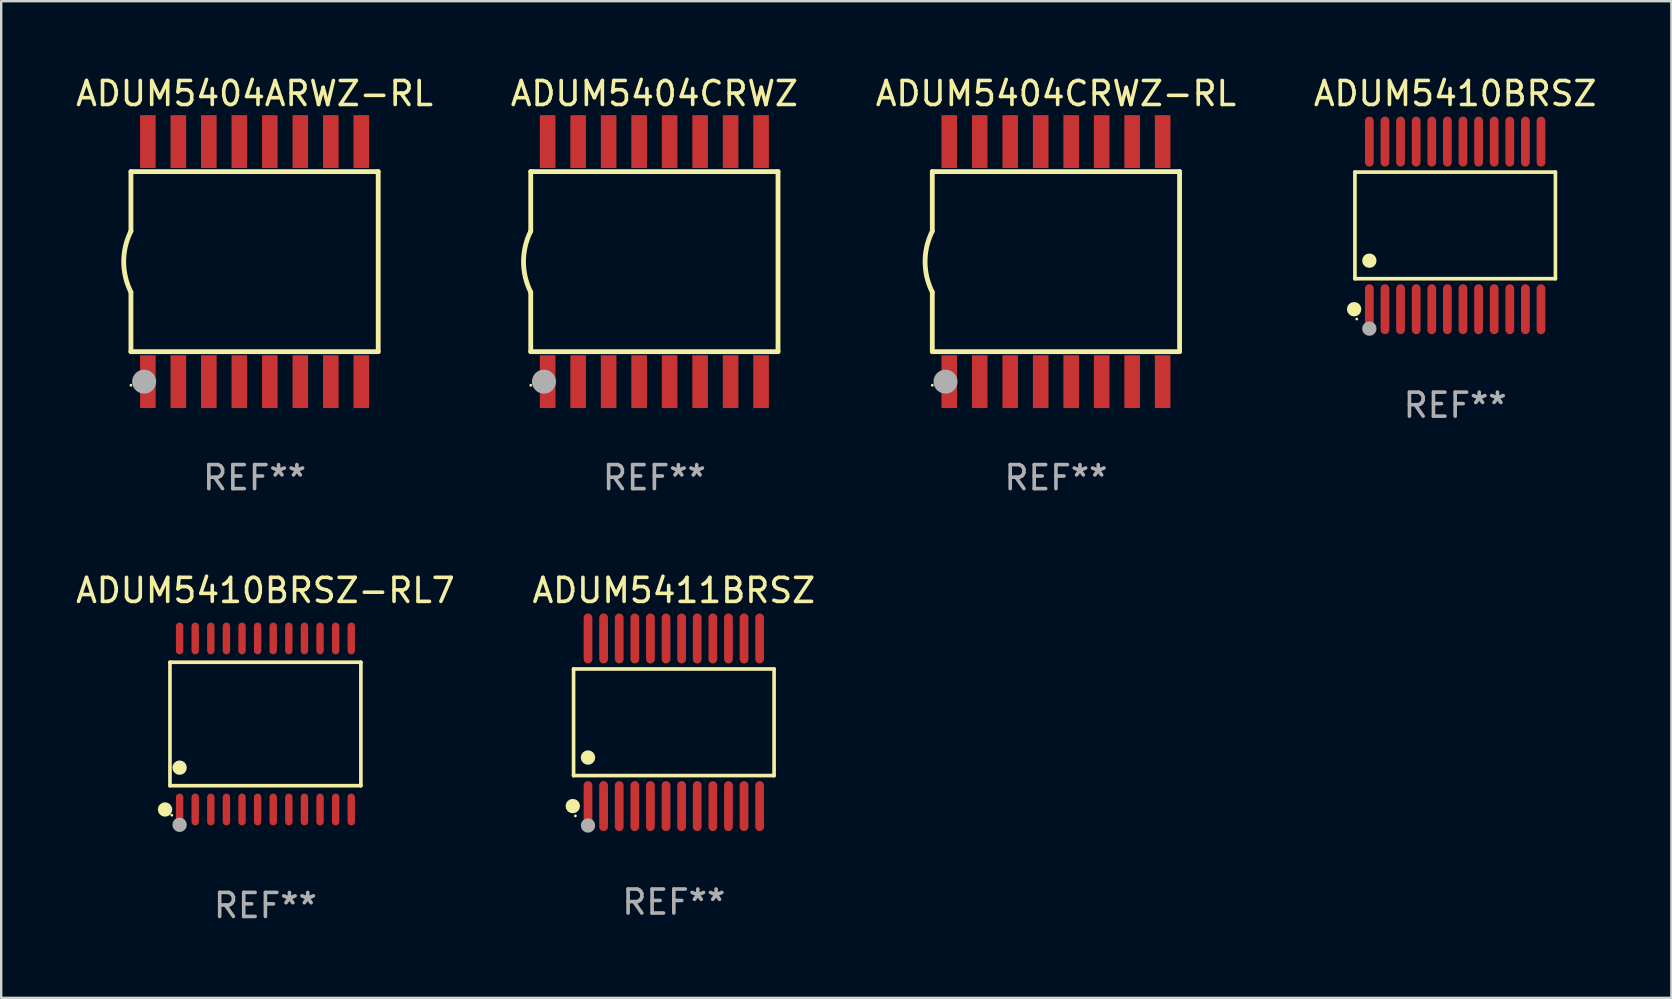
<source format=kicad_pcb>
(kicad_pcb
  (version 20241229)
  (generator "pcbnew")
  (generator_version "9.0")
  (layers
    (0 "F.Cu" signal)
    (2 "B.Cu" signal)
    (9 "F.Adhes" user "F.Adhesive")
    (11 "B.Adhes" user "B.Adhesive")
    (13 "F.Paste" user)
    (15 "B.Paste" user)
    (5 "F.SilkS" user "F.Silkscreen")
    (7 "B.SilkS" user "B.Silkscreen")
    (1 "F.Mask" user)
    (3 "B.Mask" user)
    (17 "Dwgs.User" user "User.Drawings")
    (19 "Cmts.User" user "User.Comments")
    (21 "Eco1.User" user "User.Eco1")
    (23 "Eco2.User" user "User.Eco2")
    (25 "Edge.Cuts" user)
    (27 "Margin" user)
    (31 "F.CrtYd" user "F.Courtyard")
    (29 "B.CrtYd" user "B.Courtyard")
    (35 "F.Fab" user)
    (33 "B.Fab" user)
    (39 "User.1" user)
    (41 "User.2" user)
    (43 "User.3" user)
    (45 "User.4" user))
  (footprint "ADUM5410BRSZ"
    (layer "F.Cu")
    (at 57.565 6.339)
    (property "Reference" "ADUM5410BRSZ" (at 0 -5.491 0) (layer "F.SilkS") (effects (font (size 1 1) (thickness 0.15))))
    (attr through_hole)
    (fp_line (start -4.176 -2.221) (end 4.176 -2.221) (stroke (width 0.152) (type solid)) (layer "F.SilkS"))
    (fp_line (start -4.176 2.221) (end -4.176 -2.221) (stroke (width 0.152) (type solid)) (layer "F.SilkS"))
    (fp_line (start 4.176 -2.221) (end 4.176 2.221) (stroke (width 0.152) (type solid)) (layer "F.SilkS"))
    (fp_line (start 4.176 2.221) (end -4.176 2.221) (stroke (width 0.152) (type solid)) (layer "F.SilkS"))
    (fp_circle (center -4.209 3.491) (end -4.059 3.491) (stroke (width 0.3) (type solid)) (fill no) (layer "F.SilkS"))
    (fp_circle (center -4.1 3.9) (end -4.07 3.9) (stroke (width 0.06) (type solid)) (fill no) (layer "F.SilkS"))
    (fp_circle (center -3.575 1.469) (end -3.425 1.469) (stroke (width 0.3) (type solid)) (fill no) (layer "F.SilkS"))
    (fp_circle (center -3.575 4.3) (end -3.425 4.3) (stroke (width 0.3) (type solid)) (fill no) (layer "F.Fab"))
    (fp_text user "REF**" (at 0 7.491 0) (layer "F.Fab") (effects (font (size 1 1) (thickness 0.15))))
    (pad "1" smd oval (at -3.575 3.491) (size 0.364 2.082) (layers "F.Cu" "F.Mask" "F.Paste"))
    (pad "2" smd oval (at -2.925 3.491) (size 0.364 2.082) (layers "F.Cu" "F.Mask" "F.Paste"))
    (pad "3" smd oval (at -2.275 3.491) (size 0.364 2.082) (layers "F.Cu" "F.Mask" "F.Paste"))
    (pad "4" smd oval (at -1.625 3.491) (size 0.364 2.082) (layers "F.Cu" "F.Mask" "F.Paste"))
    (pad "5" smd oval (at -0.975 3.491) (size 0.364 2.082) (layers "F.Cu" "F.Mask" "F.Paste"))
    (pad "6" smd oval (at -0.325 3.491) (size 0.364 2.082) (layers "F.Cu" "F.Mask" "F.Paste"))
    (pad "7" smd oval (at 0.325 3.491) (size 0.364 2.082) (layers "F.Cu" "F.Mask" "F.Paste"))
    (pad "8" smd oval (at 0.975 3.491) (size 0.364 2.082) (layers "F.Cu" "F.Mask" "F.Paste"))
    (pad "9" smd oval (at 1.625 3.491) (size 0.364 2.082) (layers "F.Cu" "F.Mask" "F.Paste"))
    (pad "10" smd oval (at 2.275 3.491) (size 0.364 2.082) (layers "F.Cu" "F.Mask" "F.Paste"))
    (pad "11" smd oval (at 2.925 3.491) (size 0.364 2.082) (layers "F.Cu" "F.Mask" "F.Paste"))
    (pad "12" smd oval (at 3.575 3.491) (size 0.364 2.082) (layers "F.Cu" "F.Mask" "F.Paste"))
    (pad "13" smd oval (at 3.575 -3.491) (size 0.364 2.082) (layers "F.Cu" "F.Mask" "F.Paste"))
    (pad "14" smd oval (at 2.925 -3.491) (size 0.364 2.082) (layers "F.Cu" "F.Mask" "F.Paste"))
    (pad "15" smd oval (at 2.275 -3.491) (size 0.364 2.082) (layers "F.Cu" "F.Mask" "F.Paste"))
    (pad "16" smd oval (at 1.625 -3.491) (size 0.364 2.082) (layers "F.Cu" "F.Mask" "F.Paste"))
    (pad "17" smd oval (at 0.975 -3.491) (size 0.364 2.082) (layers "F.Cu" "F.Mask" "F.Paste"))
    (pad "18" smd oval (at 0.325 -3.491) (size 0.364 2.082) (layers "F.Cu" "F.Mask" "F.Paste"))
    (pad "19" smd oval (at -0.325 -3.491) (size 0.364 2.082) (layers "F.Cu" "F.Mask" "F.Paste"))
    (pad "20" smd oval (at -0.975 -3.491) (size 0.364 2.082) (layers "F.Cu" "F.Mask" "F.Paste"))
    (pad "21" smd oval (at -1.625 -3.491) (size 0.364 2.082) (layers "F.Cu" "F.Mask" "F.Paste"))
    (pad "22" smd oval (at -2.275 -3.491) (size 0.364 2.082) (layers "F.Cu" "F.Mask" "F.Paste"))
    (pad "23" smd oval (at -2.925 -3.491) (size 0.364 2.082) (layers "F.Cu" "F.Mask" "F.Paste"))
    (pad "24" smd oval (at -3.575 -3.491) (size 0.364 2.082) (layers "F.Cu" "F.Mask" "F.Paste")))
  (footprint "ADUM5404CRWZ-RL"
    (layer "F.Cu")
    (at 40.935 7.848)
    (property "Reference" "ADUM5404CRWZ-RL" (at 0 -7 0) (layer "F.SilkS") (effects (font (size 1 1) (thickness 0.15))))
    (attr through_hole)
    (fp_line (start -5.15 -3.75) (end -5.15 -1.27) (stroke (width 0.2) (type solid)) (layer "F.SilkS"))
    (fp_line (start -5.15 -3.75) (end 5.15 -3.75) (stroke (width 0.2) (type solid)) (layer "F.SilkS"))
    (fp_line (start -5.15 3.75) (end -5.15 1.27) (stroke (width 0.2) (type solid)) (layer "F.SilkS"))
    (fp_line (start 5.15 -3.75) (end 5.15 3.75) (stroke (width 0.2) (type solid)) (layer "F.SilkS"))
    (fp_line (start 5.15 3.75) (end -5.15 3.75) (stroke (width 0.2) (type solid)) (layer "F.SilkS"))
    (fp_arc (start -5.151131 1.270003) (mid -5.450556 -0.000132) (end -5.150013 -1.270003) (stroke (width 0.2) (type solid)) (layer "F.SilkS"))
    (fp_circle (center -5.15 5.15) (end -5.12 5.15) (stroke (width 0.06) (type solid)) (fill no) (layer "F.SilkS"))
    (fp_circle (center -4.6 5) (end -4.35 5) (stroke (width 0.5) (type solid)) (fill no) (layer "F.Fab"))
    (fp_text user "REF**" (at 0 9 0) (layer "F.Fab") (effects (font (size 1 1) (thickness 0.15))))
    (pad "1" smd rect (at -4.445 5) (size 0.65 2.2) (layers "F.Cu" "F.Mask" "F.Paste"))
    (pad "2" smd rect (at -3.175 5) (size 0.65 2.2) (layers "F.Cu" "F.Mask" "F.Paste"))
    (pad "3" smd rect (at -1.905 5) (size 0.65 2.2) (layers "F.Cu" "F.Mask" "F.Paste"))
    (pad "4" smd rect (at -0.635 5) (size 0.65 2.2) (layers "F.Cu" "F.Mask" "F.Paste"))
    (pad "5" smd rect (at 0.635 5) (size 0.65 2.2) (layers "F.Cu" "F.Mask" "F.Paste"))
    (pad "6" smd rect (at 1.905 5) (size 0.65 2.2) (layers "F.Cu" "F.Mask" "F.Paste"))
    (pad "7" smd rect (at 3.175 5) (size 0.65 2.2) (layers "F.Cu" "F.Mask" "F.Paste"))
    (pad "8" smd rect (at 4.445 5) (size 0.65 2.2) (layers "F.Cu" "F.Mask" "F.Paste"))
    (pad "9" smd rect (at 4.445 -5) (size 0.65 2.2) (layers "F.Cu" "F.Mask" "F.Paste"))
    (pad "10" smd rect (at 3.175 -5) (size 0.65 2.2) (layers "F.Cu" "F.Mask" "F.Paste"))
    (pad "11" smd rect (at 1.905 -5) (size 0.65 2.2) (layers "F.Cu" "F.Mask" "F.Paste"))
    (pad "12" smd rect (at 0.635 -5) (size 0.65 2.2) (layers "F.Cu" "F.Mask" "F.Paste"))
    (pad "13" smd rect (at -0.635 -5) (size 0.65 2.2) (layers "F.Cu" "F.Mask" "F.Paste"))
    (pad "14" smd rect (at -1.905 -5) (size 0.65 2.2) (layers "F.Cu" "F.Mask" "F.Paste"))
    (pad "15" smd rect (at -3.175 -5) (size 0.65 2.2) (layers "F.Cu" "F.Mask" "F.Paste"))
    (pad "16" smd rect (at -4.445 -5) (size 0.65 2.2) (layers "F.Cu" "F.Mask" "F.Paste")))
  (footprint "ADUM5411BRSZ"
    (layer "F.Cu")
    (at 25.018 27.036)
    (property "Reference" "ADUM5411BRSZ" (at 0 -5.491 0) (layer "F.SilkS") (effects (font (size 1 1) (thickness 0.15))))
    (attr through_hole)
    (fp_line (start -4.176 -2.221) (end 4.176 -2.221) (stroke (width 0.152) (type solid)) (layer "F.SilkS"))
    (fp_line (start -4.176 2.221) (end -4.176 -2.221) (stroke (width 0.152) (type solid)) (layer "F.SilkS"))
    (fp_line (start 4.176 -2.221) (end 4.176 2.221) (stroke (width 0.152) (type solid)) (layer "F.SilkS"))
    (fp_line (start 4.176 2.221) (end -4.176 2.221) (stroke (width 0.152) (type solid)) (layer "F.SilkS"))
    (fp_circle (center -4.209 3.491) (end -4.059 3.491) (stroke (width 0.3) (type solid)) (fill no) (layer "F.SilkS"))
    (fp_circle (center -4.1 3.9) (end -4.07 3.9) (stroke (width 0.06) (type solid)) (fill no) (layer "F.SilkS"))
    (fp_circle (center -3.575 1.469) (end -3.425 1.469) (stroke (width 0.3) (type solid)) (fill no) (layer "F.SilkS"))
    (fp_circle (center -3.575 4.3) (end -3.425 4.3) (stroke (width 0.3) (type solid)) (fill no) (layer "F.Fab"))
    (fp_text user "REF**" (at 0 7.491 0) (layer "F.Fab") (effects (font (size 1 1) (thickness 0.15))))
    (pad "1" smd oval (at -3.575 3.491) (size 0.364 2.082) (layers "F.Cu" "F.Mask" "F.Paste"))
    (pad "2" smd oval (at -2.925 3.491) (size 0.364 2.082) (layers "F.Cu" "F.Mask" "F.Paste"))
    (pad "3" smd oval (at -2.275 3.491) (size 0.364 2.082) (layers "F.Cu" "F.Mask" "F.Paste"))
    (pad "4" smd oval (at -1.625 3.491) (size 0.364 2.082) (layers "F.Cu" "F.Mask" "F.Paste"))
    (pad "5" smd oval (at -0.975 3.491) (size 0.364 2.082) (layers "F.Cu" "F.Mask" "F.Paste"))
    (pad "6" smd oval (at -0.325 3.491) (size 0.364 2.082) (layers "F.Cu" "F.Mask" "F.Paste"))
    (pad "7" smd oval (at 0.325 3.491) (size 0.364 2.082) (layers "F.Cu" "F.Mask" "F.Paste"))
    (pad "8" smd oval (at 0.975 3.491) (size 0.364 2.082) (layers "F.Cu" "F.Mask" "F.Paste"))
    (pad "9" smd oval (at 1.625 3.491) (size 0.364 2.082) (layers "F.Cu" "F.Mask" "F.Paste"))
    (pad "10" smd oval (at 2.275 3.491) (size 0.364 2.082) (layers "F.Cu" "F.Mask" "F.Paste"))
    (pad "11" smd oval (at 2.925 3.491) (size 0.364 2.082) (layers "F.Cu" "F.Mask" "F.Paste"))
    (pad "12" smd oval (at 3.575 3.491) (size 0.364 2.082) (layers "F.Cu" "F.Mask" "F.Paste"))
    (pad "13" smd oval (at 3.575 -3.491) (size 0.364 2.082) (layers "F.Cu" "F.Mask" "F.Paste"))
    (pad "14" smd oval (at 2.925 -3.491) (size 0.364 2.082) (layers "F.Cu" "F.Mask" "F.Paste"))
    (pad "15" smd oval (at 2.275 -3.491) (size 0.364 2.082) (layers "F.Cu" "F.Mask" "F.Paste"))
    (pad "16" smd oval (at 1.625 -3.491) (size 0.364 2.082) (layers "F.Cu" "F.Mask" "F.Paste"))
    (pad "17" smd oval (at 0.975 -3.491) (size 0.364 2.082) (layers "F.Cu" "F.Mask" "F.Paste"))
    (pad "18" smd oval (at 0.325 -3.491) (size 0.364 2.082) (layers "F.Cu" "F.Mask" "F.Paste"))
    (pad "19" smd oval (at -0.325 -3.491) (size 0.364 2.082) (layers "F.Cu" "F.Mask" "F.Paste"))
    (pad "20" smd oval (at -0.975 -3.491) (size 0.364 2.082) (layers "F.Cu" "F.Mask" "F.Paste"))
    (pad "21" smd oval (at -1.625 -3.491) (size 0.364 2.082) (layers "F.Cu" "F.Mask" "F.Paste"))
    (pad "22" smd oval (at -2.275 -3.491) (size 0.364 2.082) (layers "F.Cu" "F.Mask" "F.Paste"))
    (pad "23" smd oval (at -2.925 -3.491) (size 0.364 2.082) (layers "F.Cu" "F.Mask" "F.Paste"))
    (pad "24" smd oval (at -3.575 -3.491) (size 0.364 2.082) (layers "F.Cu" "F.Mask" "F.Paste")))
  (footprint "ADUM5410BRSZ-RL7"
    (layer "F.Cu")
    (at 8.006 27.107)
    (property "Reference" "ADUM5410BRSZ-RL7" (at 0 -5.562 0) (layer "F.SilkS") (effects (font (size 1 1) (thickness 0.15))))
    (attr through_hole)
    (fp_line (start -3.976 -2.571) (end 3.976 -2.571) (stroke (width 0.152) (type solid)) (layer "F.SilkS"))
    (fp_line (start -3.976 2.571) (end -3.976 -2.571) (stroke (width 0.152) (type solid)) (layer "F.SilkS"))
    (fp_line (start 3.976 -2.571) (end 3.976 2.571) (stroke (width 0.152) (type solid)) (layer "F.SilkS"))
    (fp_line (start 3.976 2.571) (end -3.976 2.571) (stroke (width 0.152) (type solid)) (layer "F.SilkS"))
    (fp_circle (center -4.181 3.562) (end -4.031 3.562) (stroke (width 0.3) (type solid)) (fill no) (layer "F.SilkS"))
    (fp_circle (center -3.9 3.8) (end -3.87 3.8) (stroke (width 0.06) (type solid)) (fill no) (layer "F.SilkS"))
    (fp_circle (center -3.575 1.819) (end -3.425 1.819) (stroke (width 0.3) (type solid)) (fill no) (layer "F.SilkS"))
    (fp_circle (center -3.575 4.2) (end -3.425 4.2) (stroke (width 0.3) (type solid)) (fill no) (layer "F.Fab"))
    (fp_text user "REF**" (at 0 7.562 0) (layer "F.Fab") (effects (font (size 1 1) (thickness 0.15))))
    (pad "1" smd oval (at -3.575 3.562) (size 0.308 1.324) (layers "F.Cu" "F.Mask" "F.Paste"))
    (pad "2" smd oval (at -2.925 3.562) (size 0.308 1.324) (layers "F.Cu" "F.Mask" "F.Paste"))
    (pad "3" smd oval (at -2.275 3.562) (size 0.308 1.324) (layers "F.Cu" "F.Mask" "F.Paste"))
    (pad "4" smd oval (at -1.625 3.562) (size 0.308 1.324) (layers "F.Cu" "F.Mask" "F.Paste"))
    (pad "5" smd oval (at -0.975 3.562) (size 0.308 1.324) (layers "F.Cu" "F.Mask" "F.Paste"))
    (pad "6" smd oval (at -0.325 3.562) (size 0.308 1.324) (layers "F.Cu" "F.Mask" "F.Paste"))
    (pad "7" smd oval (at 0.325 3.562) (size 0.308 1.324) (layers "F.Cu" "F.Mask" "F.Paste"))
    (pad "8" smd oval (at 0.975 3.562) (size 0.308 1.324) (layers "F.Cu" "F.Mask" "F.Paste"))
    (pad "9" smd oval (at 1.625 3.562) (size 0.308 1.324) (layers "F.Cu" "F.Mask" "F.Paste"))
    (pad "10" smd oval (at 2.275 3.562) (size 0.308 1.324) (layers "F.Cu" "F.Mask" "F.Paste"))
    (pad "11" smd oval (at 2.925 3.562) (size 0.308 1.324) (layers "F.Cu" "F.Mask" "F.Paste"))
    (pad "12" smd oval (at 3.575 3.562) (size 0.308 1.324) (layers "F.Cu" "F.Mask" "F.Paste"))
    (pad "13" smd oval (at 3.575 -3.562) (size 0.308 1.324) (layers "F.Cu" "F.Mask" "F.Paste"))
    (pad "14" smd oval (at 2.925 -3.562) (size 0.308 1.324) (layers "F.Cu" "F.Mask" "F.Paste"))
    (pad "15" smd oval (at 2.275 -3.562) (size 0.308 1.324) (layers "F.Cu" "F.Mask" "F.Paste"))
    (pad "16" smd oval (at 1.625 -3.562) (size 0.308 1.324) (layers "F.Cu" "F.Mask" "F.Paste"))
    (pad "17" smd oval (at 0.975 -3.562) (size 0.308 1.324) (layers "F.Cu" "F.Mask" "F.Paste"))
    (pad "18" smd oval (at 0.325 -3.562) (size 0.308 1.324) (layers "F.Cu" "F.Mask" "F.Paste"))
    (pad "19" smd oval (at -0.325 -3.562) (size 0.308 1.324) (layers "F.Cu" "F.Mask" "F.Paste"))
    (pad "20" smd oval (at -0.975 -3.562) (size 0.308 1.324) (layers "F.Cu" "F.Mask" "F.Paste"))
    (pad "21" smd oval (at -1.625 -3.562) (size 0.308 1.324) (layers "F.Cu" "F.Mask" "F.Paste"))
    (pad "22" smd oval (at -2.275 -3.562) (size 0.308 1.324) (layers "F.Cu" "F.Mask" "F.Paste"))
    (pad "23" smd oval (at -2.925 -3.562) (size 0.308 1.324) (layers "F.Cu" "F.Mask" "F.Paste"))
    (pad "24" smd oval (at -3.575 -3.562) (size 0.308 1.324) (layers "F.Cu" "F.Mask" "F.Paste")))
  (footprint "ADUM5404ARWZ-RL"
    (layer "F.Cu")
    (at 7.554 7.848)
    (property "Reference" "ADUM5404ARWZ-RL" (at 0 -7 0) (layer "F.SilkS") (effects (font (size 1 1) (thickness 0.15))))
    (attr through_hole)
    (fp_line (start -5.15 -3.75) (end -5.15 -1.27) (stroke (width 0.2) (type solid)) (layer "F.SilkS"))
    (fp_line (start -5.15 -3.75) (end 5.15 -3.75) (stroke (width 0.2) (type solid)) (layer "F.SilkS"))
    (fp_line (start -5.15 3.75) (end -5.15 1.27) (stroke (width 0.2) (type solid)) (layer "F.SilkS"))
    (fp_line (start 5.15 -3.75) (end 5.15 3.75) (stroke (width 0.2) (type solid)) (layer "F.SilkS"))
    (fp_line (start 5.15 3.75) (end -5.15 3.75) (stroke (width 0.2) (type solid)) (layer "F.SilkS"))
    (fp_arc (start -5.151131 1.270003) (mid -5.450556 -0.000132) (end -5.150013 -1.270003) (stroke (width 0.2) (type solid)) (layer "F.SilkS"))
    (fp_circle (center -5.15 5.15) (end -5.12 5.15) (stroke (width 0.06) (type solid)) (fill no) (layer "F.SilkS"))
    (fp_circle (center -4.6 5) (end -4.35 5) (stroke (width 0.5) (type solid)) (fill no) (layer "F.Fab"))
    (fp_text user "REF**" (at 0 9 0) (layer "F.Fab") (effects (font (size 1 1) (thickness 0.15))))
    (pad "1" smd rect (at -4.445 5) (size 0.65 2.2) (layers "F.Cu" "F.Mask" "F.Paste"))
    (pad "2" smd rect (at -3.175 5) (size 0.65 2.2) (layers "F.Cu" "F.Mask" "F.Paste"))
    (pad "3" smd rect (at -1.905 5) (size 0.65 2.2) (layers "F.Cu" "F.Mask" "F.Paste"))
    (pad "4" smd rect (at -0.635 5) (size 0.65 2.2) (layers "F.Cu" "F.Mask" "F.Paste"))
    (pad "5" smd rect (at 0.635 5) (size 0.65 2.2) (layers "F.Cu" "F.Mask" "F.Paste"))
    (pad "6" smd rect (at 1.905 5) (size 0.65 2.2) (layers "F.Cu" "F.Mask" "F.Paste"))
    (pad "7" smd rect (at 3.175 5) (size 0.65 2.2) (layers "F.Cu" "F.Mask" "F.Paste"))
    (pad "8" smd rect (at 4.445 5) (size 0.65 2.2) (layers "F.Cu" "F.Mask" "F.Paste"))
    (pad "9" smd rect (at 4.445 -5) (size 0.65 2.2) (layers "F.Cu" "F.Mask" "F.Paste"))
    (pad "10" smd rect (at 3.175 -5) (size 0.65 2.2) (layers "F.Cu" "F.Mask" "F.Paste"))
    (pad "11" smd rect (at 1.905 -5) (size 0.65 2.2) (layers "F.Cu" "F.Mask" "F.Paste"))
    (pad "12" smd rect (at 0.635 -5) (size 0.65 2.2) (layers "F.Cu" "F.Mask" "F.Paste"))
    (pad "13" smd rect (at -0.635 -5) (size 0.65 2.2) (layers "F.Cu" "F.Mask" "F.Paste"))
    (pad "14" smd rect (at -1.905 -5) (size 0.65 2.2) (layers "F.Cu" "F.Mask" "F.Paste"))
    (pad "15" smd rect (at -3.175 -5) (size 0.65 2.2) (layers "F.Cu" "F.Mask" "F.Paste"))
    (pad "16" smd rect (at -4.445 -5) (size 0.65 2.2) (layers "F.Cu" "F.Mask" "F.Paste")))
  (footprint "ADUM5404CRWZ"
    (layer "F.Cu")
    (at 24.208 7.848)
    (property "Reference" "ADUM5404CRWZ" (at 0 -7 0) (layer "F.SilkS") (effects (font (size 1 1) (thickness 0.15))))
    (attr through_hole)
    (fp_line (start -5.15 -3.75) (end -5.15 -1.27) (stroke (width 0.2) (type solid)) (layer "F.SilkS"))
    (fp_line (start -5.15 -3.75) (end 5.15 -3.75) (stroke (width 0.2) (type solid)) (layer "F.SilkS"))
    (fp_line (start -5.15 3.75) (end -5.15 1.27) (stroke (width 0.2) (type solid)) (layer "F.SilkS"))
    (fp_line (start 5.15 -3.75) (end 5.15 3.75) (stroke (width 0.2) (type solid)) (layer "F.SilkS"))
    (fp_line (start 5.15 3.75) (end -5.15 3.75) (stroke (width 0.2) (type solid)) (layer "F.SilkS"))
    (fp_arc (start -5.151131 1.270003) (mid -5.450556 -0.000132) (end -5.150013 -1.270003) (stroke (width 0.2) (type solid)) (layer "F.SilkS"))
    (fp_circle (center -5.15 5.15) (end -5.12 5.15) (stroke (width 0.06) (type solid)) (fill no) (layer "F.SilkS"))
    (fp_circle (center -4.6 5) (end -4.35 5) (stroke (width 0.5) (type solid)) (fill no) (layer "F.Fab"))
    (fp_text user "REF**" (at 0 9 0) (layer "F.Fab") (effects (font (size 1 1) (thickness 0.15))))
    (pad "1" smd rect (at -4.445 5) (size 0.65 2.2) (layers "F.Cu" "F.Mask" "F.Paste"))
    (pad "2" smd rect (at -3.175 5) (size 0.65 2.2) (layers "F.Cu" "F.Mask" "F.Paste"))
    (pad "3" smd rect (at -1.905 5) (size 0.65 2.2) (layers "F.Cu" "F.Mask" "F.Paste"))
    (pad "4" smd rect (at -0.635 5) (size 0.65 2.2) (layers "F.Cu" "F.Mask" "F.Paste"))
    (pad "5" smd rect (at 0.635 5) (size 0.65 2.2) (layers "F.Cu" "F.Mask" "F.Paste"))
    (pad "6" smd rect (at 1.905 5) (size 0.65 2.2) (layers "F.Cu" "F.Mask" "F.Paste"))
    (pad "7" smd rect (at 3.175 5) (size 0.65 2.2) (layers "F.Cu" "F.Mask" "F.Paste"))
    (pad "8" smd rect (at 4.445 5) (size 0.65 2.2) (layers "F.Cu" "F.Mask" "F.Paste"))
    (pad "9" smd rect (at 4.445 -5) (size 0.65 2.2) (layers "F.Cu" "F.Mask" "F.Paste"))
    (pad "10" smd rect (at 3.175 -5) (size 0.65 2.2) (layers "F.Cu" "F.Mask" "F.Paste"))
    (pad "11" smd rect (at 1.905 -5) (size 0.65 2.2) (layers "F.Cu" "F.Mask" "F.Paste"))
    (pad "12" smd rect (at 0.635 -5) (size 0.65 2.2) (layers "F.Cu" "F.Mask" "F.Paste"))
    (pad "13" smd rect (at -0.635 -5) (size 0.65 2.2) (layers "F.Cu" "F.Mask" "F.Paste"))
    (pad "14" smd rect (at -1.905 -5) (size 0.65 2.2) (layers "F.Cu" "F.Mask" "F.Paste"))
    (pad "15" smd rect (at -3.175 -5) (size 0.65 2.2) (layers "F.Cu" "F.Mask" "F.Paste"))
    (pad "16" smd rect (at -4.445 -5) (size 0.65 2.2) (layers "F.Cu" "F.Mask" "F.Paste")))
  (gr_rect
    (start -3 -3)
    (end 66.571 38.517)
    (stroke (width 0.1) (type default))
    (fill no)
    (layer "Edge.Cuts")))
</source>
